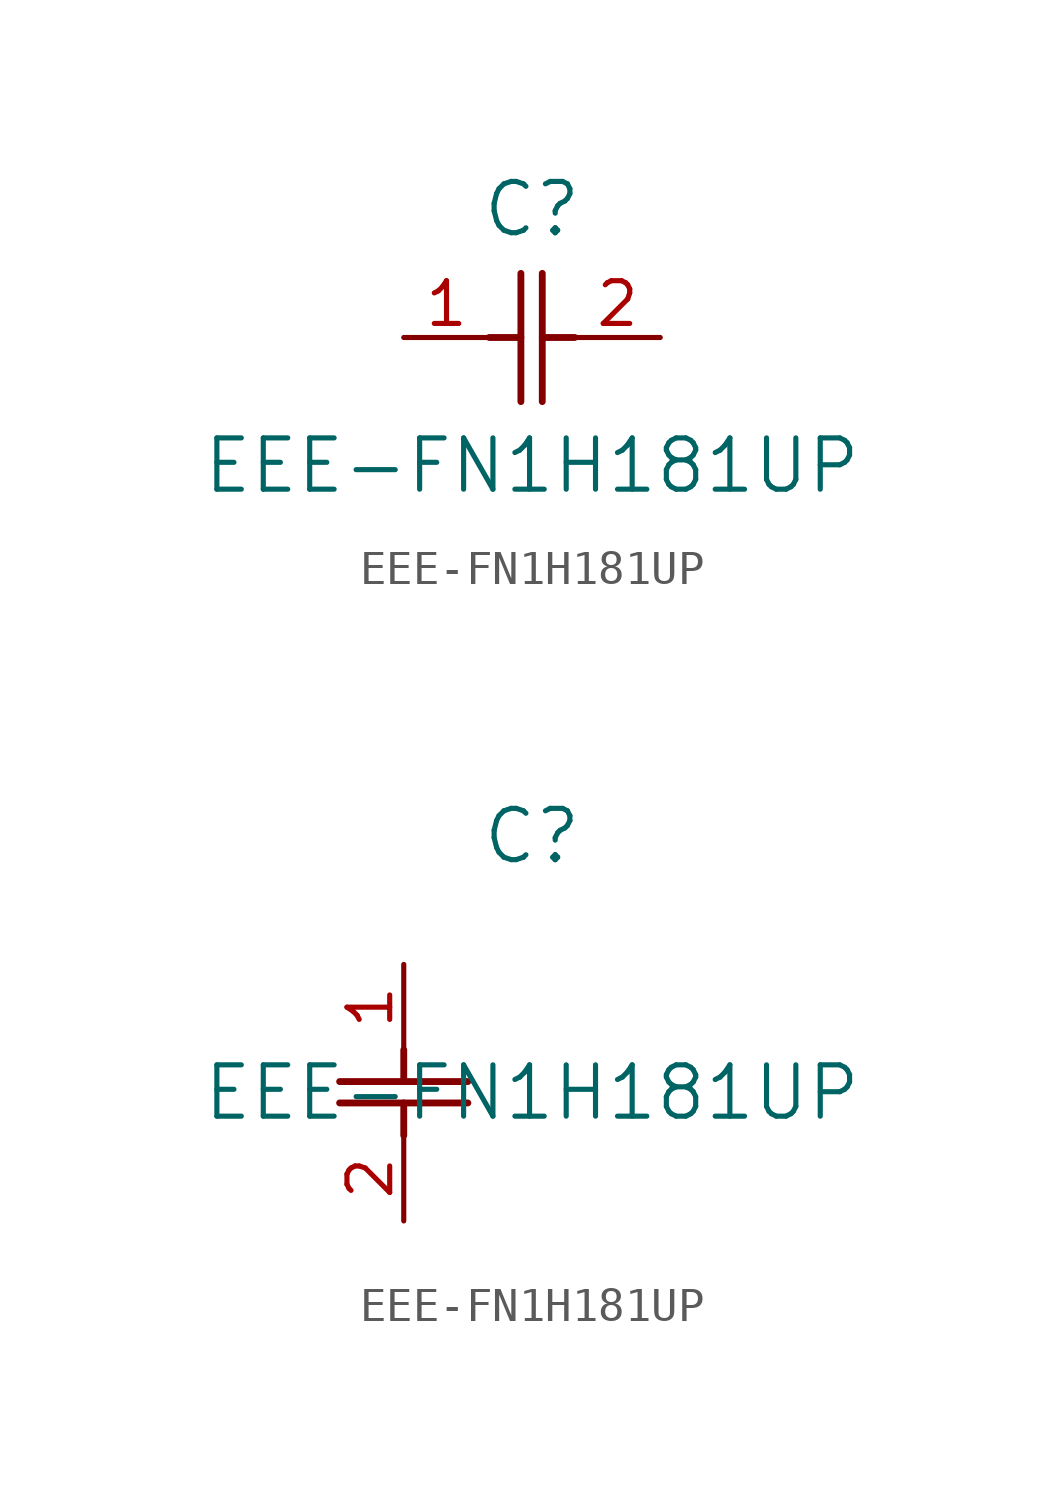
<source format=kicad_sym>
(kicad_symbol_lib
  (version 20211014)
  (generator kicad_symbol_editor)
  (symbol "EEE-FN1H181UP"
    (pin_names
      (offset 0.254))
    (property "Reference" "C"
      (at 3.81 3.81 0)
      (effects (font (size 1.524 1.524))))
    (property "Value" "EEE-FN1H181UP"
      (at 3.81 -3.81 0)
      (effects (font (size 1.524 1.524))))
    (symbol "EEE-FN1H181UP_1_1"
      (polyline (pts (xy 3.48 -1.905) (xy 3.48 1.905)) (stroke (width 0.203) (type default) (color 0 0 0 0)) (fill (type none)))
      (polyline (pts (xy 4.115 -1.905) (xy 4.115 1.905)) (stroke (width 0.203) (type default) (color 0 0 0 0)) (fill (type none)))
      (polyline (pts (xy 4.115 0) (xy 5.08 0)) (stroke (width 0.203) (type default) (color 0 0 0 0)) (fill (type none)))
      (polyline (pts (xy 2.54 0) (xy 3.48 0)) (stroke (width 0.203) (type default) (color 0 0 0 0)) (fill (type none)))
      (pin unspecified line (at 0 0 0) (length 2.54) (name "" (effects (font (size 1.27 1.27)))) (number "1" (effects (font (size 1.27 1.27)))))
      (pin unspecified line (at 7.62 0 180) (length 2.54) (name "" (effects (font (size 1.27 1.27)))) (number "2" (effects (font (size 1.27 1.27))))))
    (symbol "EEE-FN1H181UP_1_2"
      (polyline (pts (xy -1.905 -3.48) (xy 1.905 -3.48)) (stroke (width 0.203) (type default) (color 0 0 0 0)) (fill (type none)))
      (polyline (pts (xy -1.905 -4.115) (xy 1.905 -4.115)) (stroke (width 0.203) (type default) (color 0 0 0 0)) (fill (type none)))
      (polyline (pts (xy 0 -4.115) (xy 0 -5.08)) (stroke (width 0.203) (type default) (color 0 0 0 0)) (fill (type none)))
      (polyline (pts (xy 0 -2.54) (xy 0 -3.48)) (stroke (width 0.203) (type default) (color 0 0 0 0)) (fill (type none)))
      (pin unspecified line (at 0 0 270) (length 2.54) (name "" (effects (font (size 1.27 1.27)))) (number "1" (effects (font (size 1.27 1.27)))))
      (pin unspecified line (at 0 -7.62 90) (length 2.54) (name "" (effects (font (size 1.27 1.27)))) (number "2" (effects (font (size 1.27 1.27))))))))
</source>
